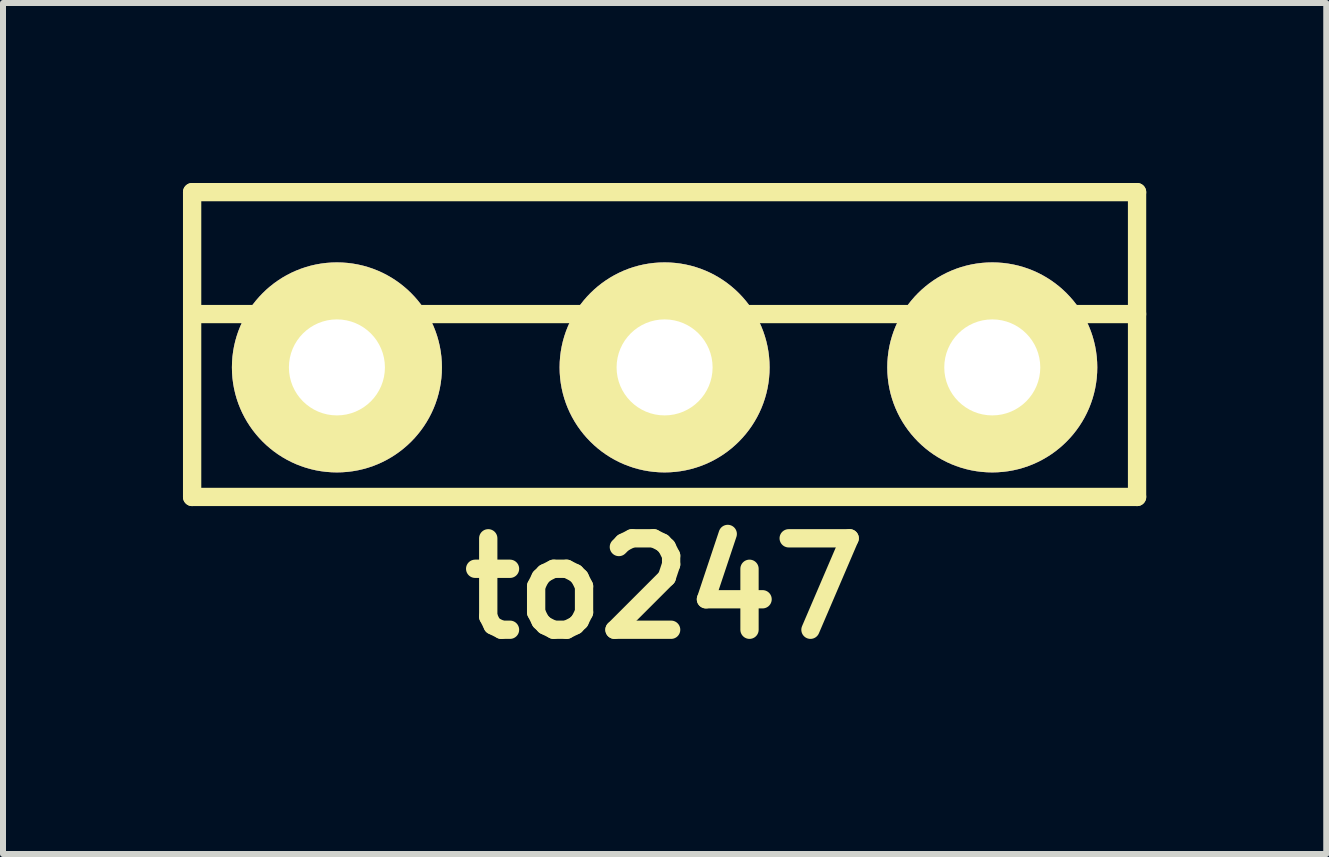
<source format=kicad_pcb>
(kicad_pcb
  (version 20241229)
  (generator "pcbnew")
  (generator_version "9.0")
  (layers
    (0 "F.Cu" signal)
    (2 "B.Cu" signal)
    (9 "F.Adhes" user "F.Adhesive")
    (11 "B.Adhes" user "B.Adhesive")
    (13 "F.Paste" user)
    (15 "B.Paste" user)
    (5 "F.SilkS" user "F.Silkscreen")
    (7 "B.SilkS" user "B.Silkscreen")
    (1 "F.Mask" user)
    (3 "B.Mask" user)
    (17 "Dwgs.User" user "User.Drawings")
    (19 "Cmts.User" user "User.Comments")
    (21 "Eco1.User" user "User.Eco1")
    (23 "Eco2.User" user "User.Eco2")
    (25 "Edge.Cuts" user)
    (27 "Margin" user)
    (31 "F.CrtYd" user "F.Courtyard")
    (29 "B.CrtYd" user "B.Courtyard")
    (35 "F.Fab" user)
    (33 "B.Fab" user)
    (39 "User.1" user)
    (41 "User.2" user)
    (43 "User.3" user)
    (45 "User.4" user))
  (footprint "to247"
    (layer "F.Cu")
    (at 8.026 3.073)
    (property "Reference" "to247" (at 0 3.683 0) (layer "F.SilkS") (effects (font (size 1.524 1.524) (thickness 0.305))))
    (attr through_hole)
    (fp_line (start -7.874 -2.921) (end -7.874 2.159) (stroke (width 0.305) (type solid)) (layer "F.SilkS"))
    (fp_line (start -7.874 2.159) (end 7.874 2.159) (stroke (width 0.305) (type solid)) (layer "F.SilkS"))
    (fp_line (start 7.874 -2.921) (end -7.874 -2.921) (stroke (width 0.305) (type solid)) (layer "F.SilkS"))
    (fp_line (start 7.874 -0.889) (end -7.874 -0.889) (stroke (width 0.305) (type solid)) (layer "F.SilkS"))
    (fp_line (start 7.874 2.159) (end 7.874 -2.921) (stroke (width 0.305) (type solid)) (layer "F.SilkS"))
    (pad "1" thru_hole circle (at 5.461 0) (size 3.5 3.5) (drill 1.6) (layers "*.Cu" "*.Mask" "F.SilkS"))
    (pad "2" thru_hole circle (at 0 0) (size 3.5 3.5) (drill 1.6) (layers "*.Cu" "*.Mask" "F.SilkS"))
    (pad "3" thru_hole circle (at -5.461 0) (size 3.5 3.5) (drill 1.6) (layers "*.Cu" "*.Mask" "F.SilkS")))
  (gr_rect
    (start -3 -3)
    (end 19.053 11.183)
    (stroke (width 0.1) (type default))
    (fill no)
    (layer "Edge.Cuts")))
</source>
